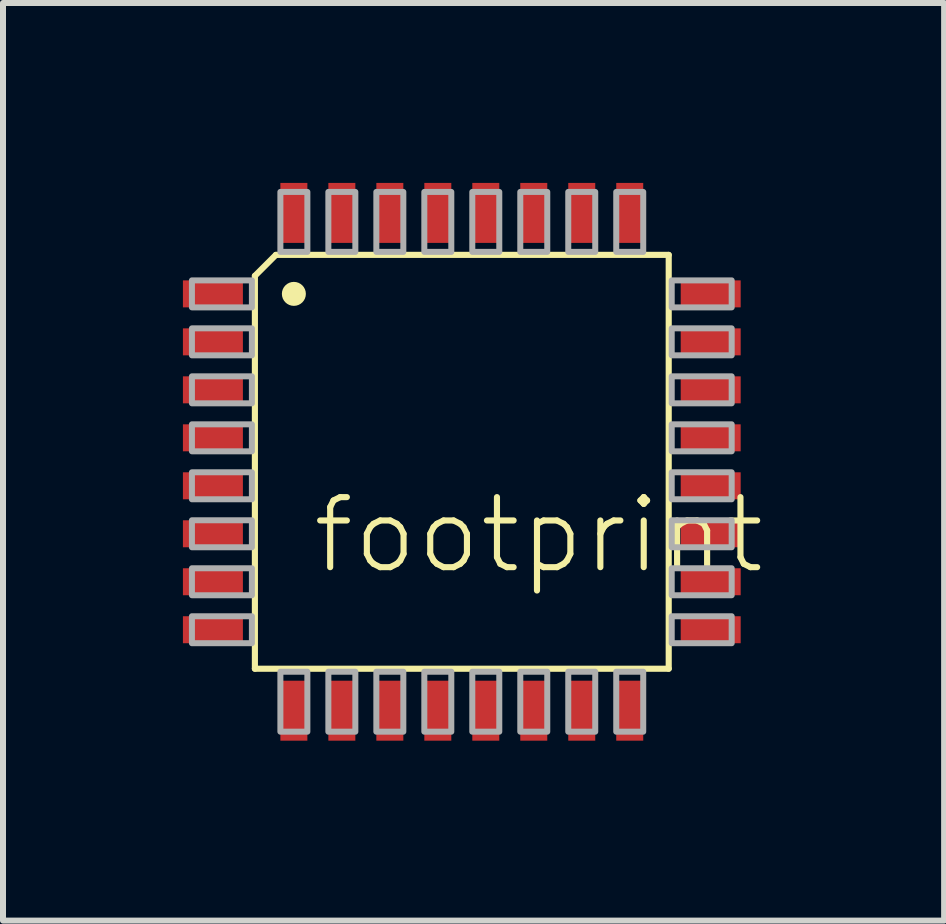
<source format=kicad_pcb>
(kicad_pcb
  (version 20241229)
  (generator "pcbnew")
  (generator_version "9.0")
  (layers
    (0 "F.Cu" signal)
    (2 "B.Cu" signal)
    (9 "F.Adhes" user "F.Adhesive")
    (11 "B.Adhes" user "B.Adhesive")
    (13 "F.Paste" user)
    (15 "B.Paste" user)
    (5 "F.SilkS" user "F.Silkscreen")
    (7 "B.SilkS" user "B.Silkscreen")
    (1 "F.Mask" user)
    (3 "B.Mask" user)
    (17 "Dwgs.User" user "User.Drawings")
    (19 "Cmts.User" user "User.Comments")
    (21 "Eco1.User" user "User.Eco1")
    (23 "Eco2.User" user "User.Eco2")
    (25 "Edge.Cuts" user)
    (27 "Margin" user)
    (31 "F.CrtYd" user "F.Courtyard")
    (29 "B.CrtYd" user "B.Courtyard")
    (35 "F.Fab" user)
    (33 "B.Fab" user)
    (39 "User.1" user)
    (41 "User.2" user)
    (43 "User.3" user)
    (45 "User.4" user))
  (footprint "footprint"
    (layer "F.Cu")
    (at 4.65 4.65)
    (property "Reference" "footprint" (at -2.54 1.905 0) (layer "F.SilkS") (effects (font (size 1.168 1.168) (thickness 0.102)) (justify left bottom)))
    (fp_line (start -3.45 -3.1) (end -3.1 -3.45) (stroke (width 0.102) (type solid)) (layer "F.SilkS"))
    (fp_line (start -3.45 3.45) (end -3.45 -3.1) (stroke (width 0.102) (type solid)) (layer "F.SilkS"))
    (fp_line (start -3.1 -3.45) (end 3.45 -3.45) (stroke (width 0.102) (type solid)) (layer "F.SilkS"))
    (fp_line (start 3.45 -3.45) (end 3.45 3.45) (stroke (width 0.102) (type solid)) (layer "F.SilkS"))
    (fp_line (start 3.45 3.45) (end -3.45 3.45) (stroke (width 0.102) (type solid)) (layer "F.SilkS"))
    (fp_circle (center -2.8 -2.8) (end -2.7 -2.8) (stroke (width 0.2) (type solid)) (fill yes) (layer "F.SilkS"))
    (fp_poly (pts (xy -4.5 -2.575) (xy -3.5 -2.575) (xy -3.5 -3.025) (xy -4.5 -3.025)) (stroke (width 0.1) (type solid)) (fill no) (layer "F.Fab"))
    (fp_poly (pts (xy -4.5 -1.775) (xy -3.5 -1.775) (xy -3.5 -2.225) (xy -4.5 -2.225)) (stroke (width 0.1) (type solid)) (fill no) (layer "F.Fab"))
    (fp_poly (pts (xy -4.5 -0.975) (xy -3.5 -0.975) (xy -3.5 -1.425) (xy -4.5 -1.425)) (stroke (width 0.1) (type solid)) (fill no) (layer "F.Fab"))
    (fp_poly (pts (xy -4.5 -0.175) (xy -3.5 -0.175) (xy -3.5 -0.625) (xy -4.5 -0.625)) (stroke (width 0.1) (type solid)) (fill no) (layer "F.Fab"))
    (fp_poly (pts (xy -4.5 0.625) (xy -3.5 0.625) (xy -3.5 0.175) (xy -4.5 0.175)) (stroke (width 0.1) (type solid)) (fill no) (layer "F.Fab"))
    (fp_poly (pts (xy -4.5 1.425) (xy -3.5 1.425) (xy -3.5 0.975) (xy -4.5 0.975)) (stroke (width 0.1) (type solid)) (fill no) (layer "F.Fab"))
    (fp_poly (pts (xy -4.5 2.225) (xy -3.5 2.225) (xy -3.5 1.775) (xy -4.5 1.775)) (stroke (width 0.1) (type solid)) (fill no) (layer "F.Fab"))
    (fp_poly (pts (xy -4.5 3.025) (xy -3.5 3.025) (xy -3.5 2.575) (xy -4.5 2.575)) (stroke (width 0.1) (type solid)) (fill no) (layer "F.Fab"))
    (fp_poly (pts (xy -3.025 -4.5) (xy -3.025 -3.5) (xy -2.575 -3.5) (xy -2.575 -4.5)) (stroke (width 0.1) (type solid)) (fill no) (layer "F.Fab"))
    (fp_poly (pts (xy -2.575 4.5) (xy -2.575 3.5) (xy -3.025 3.5) (xy -3.025 4.5)) (stroke (width 0.1) (type solid)) (fill no) (layer "F.Fab"))
    (fp_poly (pts (xy -2.225 -4.5) (xy -2.225 -3.5) (xy -1.775 -3.5) (xy -1.775 -4.5)) (stroke (width 0.1) (type solid)) (fill no) (layer "F.Fab"))
    (fp_poly (pts (xy -1.775 4.5) (xy -1.775 3.5) (xy -2.225 3.5) (xy -2.225 4.5)) (stroke (width 0.1) (type solid)) (fill no) (layer "F.Fab"))
    (fp_poly (pts (xy -1.425 -4.5) (xy -1.425 -3.5) (xy -0.975 -3.5) (xy -0.975 -4.5)) (stroke (width 0.1) (type solid)) (fill no) (layer "F.Fab"))
    (fp_poly (pts (xy -0.975 4.5) (xy -0.975 3.5) (xy -1.425 3.5) (xy -1.425 4.5)) (stroke (width 0.1) (type solid)) (fill no) (layer "F.Fab"))
    (fp_poly (pts (xy -0.625 -4.5) (xy -0.625 -3.5) (xy -0.175 -3.5) (xy -0.175 -4.5)) (stroke (width 0.1) (type solid)) (fill no) (layer "F.Fab"))
    (fp_poly (pts (xy -0.175 4.5) (xy -0.175 3.5) (xy -0.625 3.5) (xy -0.625 4.5)) (stroke (width 0.1) (type solid)) (fill no) (layer "F.Fab"))
    (fp_poly (pts (xy 0.175 -4.5) (xy 0.175 -3.5) (xy 0.625 -3.5) (xy 0.625 -4.5)) (stroke (width 0.1) (type solid)) (fill no) (layer "F.Fab"))
    (fp_poly (pts (xy 0.625 4.5) (xy 0.625 3.5) (xy 0.175 3.5) (xy 0.175 4.5)) (stroke (width 0.1) (type solid)) (fill no) (layer "F.Fab"))
    (fp_poly (pts (xy 0.975 -4.5) (xy 0.975 -3.5) (xy 1.425 -3.5) (xy 1.425 -4.5)) (stroke (width 0.1) (type solid)) (fill no) (layer "F.Fab"))
    (fp_poly (pts (xy 1.425 4.5) (xy 1.425 3.5) (xy 0.975 3.5) (xy 0.975 4.5)) (stroke (width 0.1) (type solid)) (fill no) (layer "F.Fab"))
    (fp_poly (pts (xy 1.775 -4.5) (xy 1.775 -3.5) (xy 2.225 -3.5) (xy 2.225 -4.5)) (stroke (width 0.1) (type solid)) (fill no) (layer "F.Fab"))
    (fp_poly (pts (xy 2.225 4.5) (xy 2.225 3.5) (xy 1.775 3.5) (xy 1.775 4.5)) (stroke (width 0.1) (type solid)) (fill no) (layer "F.Fab"))
    (fp_poly (pts (xy 2.575 -4.5) (xy 2.575 -3.5) (xy 3.025 -3.5) (xy 3.025 -4.5)) (stroke (width 0.1) (type solid)) (fill no) (layer "F.Fab"))
    (fp_poly (pts (xy 3.025 4.5) (xy 3.025 3.5) (xy 2.575 3.5) (xy 2.575 4.5)) (stroke (width 0.1) (type solid)) (fill no) (layer "F.Fab"))
    (fp_poly (pts (xy 4.5 -3.025) (xy 3.5 -3.025) (xy 3.5 -2.575) (xy 4.5 -2.575)) (stroke (width 0.1) (type solid)) (fill no) (layer "F.Fab"))
    (fp_poly (pts (xy 4.5 -2.225) (xy 3.5 -2.225) (xy 3.5 -1.775) (xy 4.5 -1.775)) (stroke (width 0.1) (type solid)) (fill no) (layer "F.Fab"))
    (fp_poly (pts (xy 4.5 -1.425) (xy 3.5 -1.425) (xy 3.5 -0.975) (xy 4.5 -0.975)) (stroke (width 0.1) (type solid)) (fill no) (layer "F.Fab"))
    (fp_poly (pts (xy 4.5 -0.625) (xy 3.5 -0.625) (xy 3.5 -0.175) (xy 4.5 -0.175)) (stroke (width 0.1) (type solid)) (fill no) (layer "F.Fab"))
    (fp_poly (pts (xy 4.5 0.175) (xy 3.5 0.175) (xy 3.5 0.625) (xy 4.5 0.625)) (stroke (width 0.1) (type solid)) (fill no) (layer "F.Fab"))
    (fp_poly (pts (xy 4.5 0.975) (xy 3.5 0.975) (xy 3.5 1.425) (xy 4.5 1.425)) (stroke (width 0.1) (type solid)) (fill no) (layer "F.Fab"))
    (fp_poly (pts (xy 4.5 1.775) (xy 3.5 1.775) (xy 3.5 2.225) (xy 4.5 2.225)) (stroke (width 0.1) (type solid)) (fill no) (layer "F.Fab"))
    (fp_poly (pts (xy 4.5 2.575) (xy 3.5 2.575) (xy 3.5 3.025) (xy 4.5 3.025)) (stroke (width 0.1) (type solid)) (fill no) (layer "F.Fab"))
    (pad "1" smd rect (at -4.15 -2.8) (size 1 0.45) (layers "F.Cu" "F.Mask" "F.Paste"))
    (pad "2" smd rect (at -4.15 -2) (size 1 0.45) (layers "F.Cu" "F.Mask" "F.Paste"))
    (pad "3" smd rect (at -4.15 -1.2) (size 1 0.45) (layers "F.Cu" "F.Mask" "F.Paste"))
    (pad "4" smd rect (at -4.15 -0.4) (size 1 0.45) (layers "F.Cu" "F.Mask" "F.Paste"))
    (pad "5" smd rect (at -4.15 0.4) (size 1 0.45) (layers "F.Cu" "F.Mask" "F.Paste"))
    (pad "6" smd rect (at -4.15 1.2) (size 1 0.45) (layers "F.Cu" "F.Mask" "F.Paste"))
    (pad "7" smd rect (at -4.15 2) (size 1 0.45) (layers "F.Cu" "F.Mask" "F.Paste"))
    (pad "8" smd rect (at -4.15 2.8) (size 1 0.45) (layers "F.Cu" "F.Mask" "F.Paste"))
    (pad "9" smd rect (at -2.8 4.15 90) (size 1 0.45) (layers "F.Cu" "F.Mask" "F.Paste"))
    (pad "10" smd rect (at -2 4.15 90) (size 1 0.45) (layers "F.Cu" "F.Mask" "F.Paste"))
    (pad "11" smd rect (at -1.2 4.15 90) (size 1 0.45) (layers "F.Cu" "F.Mask" "F.Paste"))
    (pad "12" smd rect (at -0.4 4.15 90) (size 1 0.45) (layers "F.Cu" "F.Mask" "F.Paste"))
    (pad "13" smd rect (at 0.4 4.15 90) (size 1 0.45) (layers "F.Cu" "F.Mask" "F.Paste"))
    (pad "14" smd rect (at 1.2 4.15 90) (size 1 0.45) (layers "F.Cu" "F.Mask" "F.Paste"))
    (pad "15" smd rect (at 2 4.15 90) (size 1 0.45) (layers "F.Cu" "F.Mask" "F.Paste"))
    (pad "16" smd rect (at 2.8 4.15 90) (size 1 0.45) (layers "F.Cu" "F.Mask" "F.Paste"))
    (pad "17" smd rect (at 4.15 2.8 180) (size 1 0.45) (layers "F.Cu" "F.Mask" "F.Paste"))
    (pad "18" smd rect (at 4.15 2 180) (size 1 0.45) (layers "F.Cu" "F.Mask" "F.Paste"))
    (pad "19" smd rect (at 4.15 1.2 180) (size 1 0.45) (layers "F.Cu" "F.Mask" "F.Paste"))
    (pad "20" smd rect (at 4.15 0.4 180) (size 1 0.45) (layers "F.Cu" "F.Mask" "F.Paste"))
    (pad "21" smd rect (at 4.15 -0.4 180) (size 1 0.45) (layers "F.Cu" "F.Mask" "F.Paste"))
    (pad "22" smd rect (at 4.15 -1.2 180) (size 1 0.45) (layers "F.Cu" "F.Mask" "F.Paste"))
    (pad "23" smd rect (at 4.15 -2 180) (size 1 0.45) (layers "F.Cu" "F.Mask" "F.Paste"))
    (pad "24" smd rect (at 4.15 -2.8 180) (size 1 0.45) (layers "F.Cu" "F.Mask" "F.Paste"))
    (pad "25" smd rect (at 2.8 -4.15 270) (size 1 0.45) (layers "F.Cu" "F.Mask" "F.Paste"))
    (pad "26" smd rect (at 2 -4.15 270) (size 1 0.45) (layers "F.Cu" "F.Mask" "F.Paste"))
    (pad "27" smd rect (at 1.2 -4.15 270) (size 1 0.45) (layers "F.Cu" "F.Mask" "F.Paste"))
    (pad "28" smd rect (at 0.4 -4.15 270) (size 1 0.45) (layers "F.Cu" "F.Mask" "F.Paste"))
    (pad "29" smd rect (at -0.4 -4.15 270) (size 1 0.45) (layers "F.Cu" "F.Mask" "F.Paste"))
    (pad "30" smd rect (at -1.2 -4.15 270) (size 1 0.45) (layers "F.Cu" "F.Mask" "F.Paste"))
    (pad "31" smd rect (at -2 -4.15 270) (size 1 0.45) (layers "F.Cu" "F.Mask" "F.Paste"))
    (pad "32" smd rect (at -2.8 -4.15 270) (size 1 0.45) (layers "F.Cu" "F.Mask" "F.Paste")))
  (gr_rect
    (start -3 -3)
    (end 12.692 12.3)
    (stroke (width 0.1) (type default))
    (fill no)
    (layer "Edge.Cuts")))
</source>
